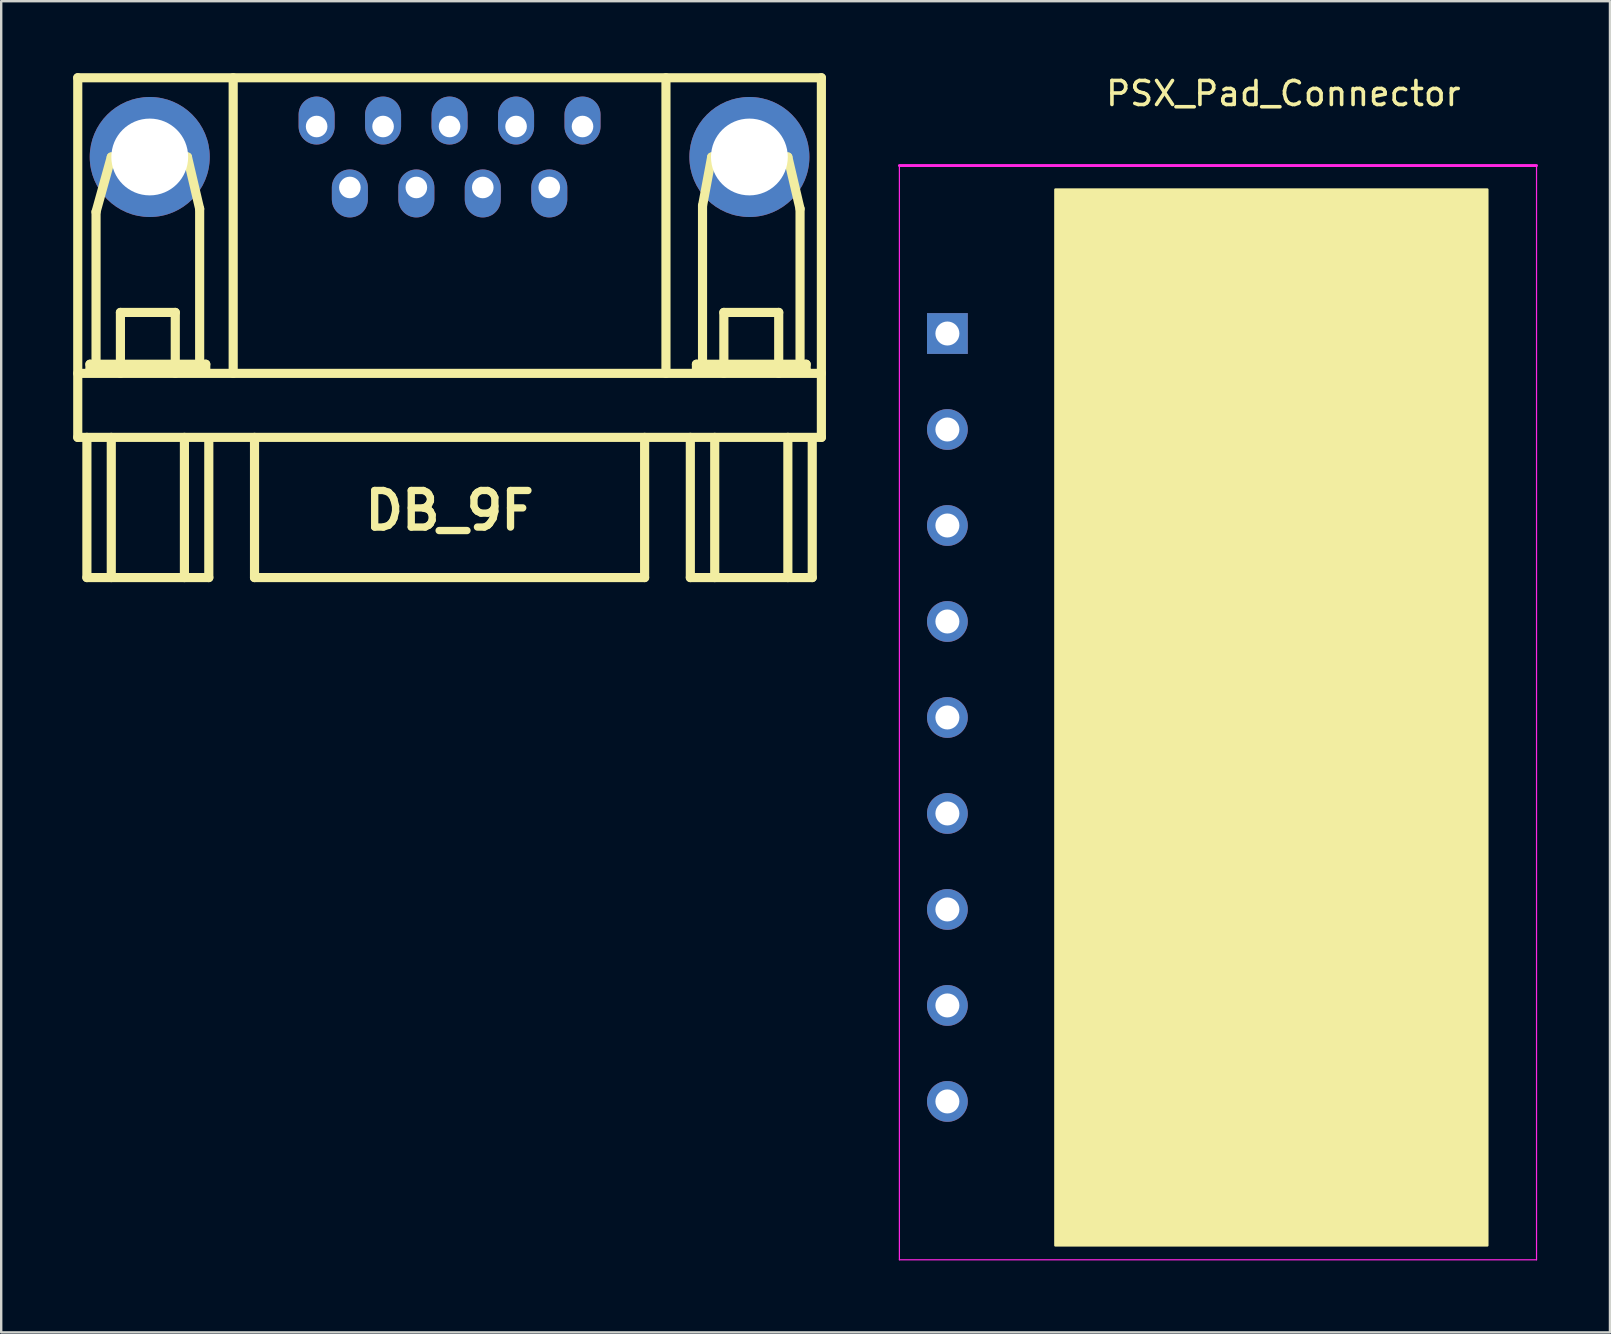
<source format=kicad_pcb>
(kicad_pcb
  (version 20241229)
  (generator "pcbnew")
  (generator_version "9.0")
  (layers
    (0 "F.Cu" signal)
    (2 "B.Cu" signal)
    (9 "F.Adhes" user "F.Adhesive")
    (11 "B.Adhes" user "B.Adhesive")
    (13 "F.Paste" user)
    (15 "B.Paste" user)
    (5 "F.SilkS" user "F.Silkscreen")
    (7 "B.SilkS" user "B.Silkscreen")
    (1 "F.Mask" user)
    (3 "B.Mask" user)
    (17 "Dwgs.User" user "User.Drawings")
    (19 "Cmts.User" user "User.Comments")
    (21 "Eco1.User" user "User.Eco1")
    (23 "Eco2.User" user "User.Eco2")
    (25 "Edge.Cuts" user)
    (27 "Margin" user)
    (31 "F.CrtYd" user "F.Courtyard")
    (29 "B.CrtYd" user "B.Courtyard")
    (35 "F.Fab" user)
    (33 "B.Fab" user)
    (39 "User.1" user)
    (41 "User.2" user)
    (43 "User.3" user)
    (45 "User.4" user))
  (footprint "PSX_Pad_Connector"
    (layer "F.Cu")
    (at 50.429 26.848)
    (property "Reference" "PSX_Pad_Connector" (at 0 -26 180) (layer "F.SilkS") (effects (font (size 1 1) (thickness 0.15))))
    (attr through_hole)
    (fp_poly (pts (xy -9.5 -22) (xy 8.5 -22) (xy 8.5 22) (xy -9.5 22)) (stroke (width 0.1) (type solid)) (fill yes) (layer "F.SilkS"))
    (fp_line (start -16 -23) (end -16 22.6) (stroke (width 0.05) (type solid)) (layer "F.CrtYd"))
    (fp_line (start -16 22.6) (end 10.55 22.6) (stroke (width 0.05) (type solid)) (layer "F.CrtYd"))
    (fp_line (start 10.55 -23) (end -16 -23) (stroke (width 0.12) (type solid)) (layer "F.CrtYd"))
    (fp_line (start 10.55 22.6) (end 10.55 -23) (stroke (width 0.05) (type solid)) (layer "F.CrtYd"))
    (pad "1" thru_hole rect (at -14 -16) (size 1.7 1.7) (drill 1) (layers "*.Cu" "*.Mask"))
    (pad "2" thru_hole oval (at -14 -12) (size 1.7 1.7) (drill 1) (layers "*.Cu" "*.Mask"))
    (pad "3" thru_hole oval (at -14 -8) (size 1.7 1.7) (drill 1) (layers "*.Cu" "*.Mask"))
    (pad "4" thru_hole oval (at -14 -4) (size 1.7 1.7) (drill 1) (layers "*.Cu" "*.Mask"))
    (pad "5" thru_hole oval (at -14 0) (size 1.7 1.7) (drill 1) (layers "*.Cu" "*.Mask"))
    (pad "6" thru_hole oval (at -14 4) (size 1.7 1.7) (drill 1) (layers "*.Cu" "*.Mask"))
    (pad "7" thru_hole oval (at -14 8) (size 1.7 1.7) (drill 1) (layers "*.Cu" "*.Mask"))
    (pad "8" thru_hole oval (at -14 12) (size 1.7 1.7) (drill 1) (layers "*.Cu" "*.Mask"))
    (pad "9" thru_hole oval (at -14 16) (size 1.7 1.7) (drill 1) (layers "*.Cu" "*.Mask")))
  (footprint "DB_9F"
    (layer "F.Cu")
    (at 15.684 10.604)
    (property "Reference" "DB_9F" (at 0 7.62 0) (layer "F.SilkS") (effects (font (size 1.524 1.524) (thickness 0.305))))
    (attr through_hole)
    (fp_line (start -15.494 -10.414) (end -15.494 4.572) (stroke (width 0.381) (type solid)) (layer "F.SilkS"))
    (fp_line (start -15.494 1.905) (end 15.494 1.905) (stroke (width 0.381) (type solid)) (layer "F.SilkS"))
    (fp_line (start -15.494 4.572) (end 15.494 4.572) (stroke (width 0.381) (type solid)) (layer "F.SilkS"))
    (fp_line (start -15.113 4.572) (end -15.113 10.414) (stroke (width 0.381) (type solid)) (layer "F.SilkS"))
    (fp_line (start -15.113 10.414) (end -10.033 10.414) (stroke (width 0.381) (type solid)) (layer "F.SilkS"))
    (fp_line (start -14.986 1.524) (end -14.986 1.778) (stroke (width 0.381) (type solid)) (layer "F.SilkS"))
    (fp_line (start -14.986 1.778) (end -10.16 1.778) (stroke (width 0.381) (type solid)) (layer "F.SilkS"))
    (fp_line (start -14.732 -4.826) (end -14.097 -7.112) (stroke (width 0.381) (type solid)) (layer "F.SilkS"))
    (fp_line (start -14.732 1.524) (end -14.732 -4.826) (stroke (width 0.381) (type solid)) (layer "F.SilkS"))
    (fp_line (start -14.097 -7.112) (end -10.922 -7.112) (stroke (width 0.381) (type solid)) (layer "F.SilkS"))
    (fp_line (start -14.097 4.572) (end -14.097 10.414) (stroke (width 0.381) (type solid)) (layer "F.SilkS"))
    (fp_line (start -13.716 -0.635) (end -11.43 -0.635) (stroke (width 0.381) (type solid)) (layer "F.SilkS"))
    (fp_line (start -13.716 1.905) (end -13.716 -0.635) (stroke (width 0.381) (type solid)) (layer "F.SilkS"))
    (fp_line (start -11.43 -0.635) (end -11.43 1.905) (stroke (width 0.381) (type solid)) (layer "F.SilkS"))
    (fp_line (start -11.049 4.572) (end -11.049 10.414) (stroke (width 0.381) (type solid)) (layer "F.SilkS"))
    (fp_line (start -10.922 -7.112) (end -10.414 -4.953) (stroke (width 0.381) (type solid)) (layer "F.SilkS"))
    (fp_line (start -10.414 -4.953) (end -10.414 1.524) (stroke (width 0.381) (type solid)) (layer "F.SilkS"))
    (fp_line (start -10.16 1.524) (end -14.986 1.524) (stroke (width 0.381) (type solid)) (layer "F.SilkS"))
    (fp_line (start -10.16 1.778) (end -10.16 1.524) (stroke (width 0.381) (type solid)) (layer "F.SilkS"))
    (fp_line (start -10.033 10.414) (end -10.033 4.699) (stroke (width 0.381) (type solid)) (layer "F.SilkS"))
    (fp_line (start -9.017 1.905) (end -9.017 -10.414) (stroke (width 0.381) (type solid)) (layer "F.SilkS"))
    (fp_line (start -8.128 4.572) (end -8.128 10.414) (stroke (width 0.381) (type solid)) (layer "F.SilkS"))
    (fp_line (start -8.128 10.414) (end 8.128 10.414) (stroke (width 0.381) (type solid)) (layer "F.SilkS"))
    (fp_line (start 8.128 10.414) (end 8.128 4.572) (stroke (width 0.381) (type solid)) (layer "F.SilkS"))
    (fp_line (start 9.017 1.905) (end 9.017 -10.414) (stroke (width 0.381) (type solid)) (layer "F.SilkS"))
    (fp_line (start 10.033 4.572) (end 10.033 10.414) (stroke (width 0.381) (type solid)) (layer "F.SilkS"))
    (fp_line (start 10.033 10.414) (end 15.113 10.414) (stroke (width 0.381) (type solid)) (layer "F.SilkS"))
    (fp_line (start 10.287 1.524) (end 10.287 1.778) (stroke (width 0.381) (type solid)) (layer "F.SilkS"))
    (fp_line (start 10.287 1.778) (end 14.859 1.778) (stroke (width 0.381) (type solid)) (layer "F.SilkS"))
    (fp_line (start 10.541 -5.08) (end 10.922 -7.112) (stroke (width 0.381) (type solid)) (layer "F.SilkS"))
    (fp_line (start 10.541 1.524) (end 10.541 -5.08) (stroke (width 0.381) (type solid)) (layer "F.SilkS"))
    (fp_line (start 10.922 -7.112) (end 14.097 -7.112) (stroke (width 0.381) (type solid)) (layer "F.SilkS"))
    (fp_line (start 11.049 4.572) (end 11.049 10.414) (stroke (width 0.381) (type solid)) (layer "F.SilkS"))
    (fp_line (start 11.43 -0.635) (end 13.716 -0.635) (stroke (width 0.381) (type solid)) (layer "F.SilkS"))
    (fp_line (start 11.43 1.905) (end 11.43 -0.635) (stroke (width 0.381) (type solid)) (layer "F.SilkS"))
    (fp_line (start 13.716 -0.635) (end 13.716 1.905) (stroke (width 0.381) (type solid)) (layer "F.SilkS"))
    (fp_line (start 14.097 -7.112) (end 14.605 -4.953) (stroke (width 0.381) (type solid)) (layer "F.SilkS"))
    (fp_line (start 14.097 4.572) (end 14.097 10.414) (stroke (width 0.381) (type solid)) (layer "F.SilkS"))
    (fp_line (start 14.605 -4.953) (end 14.605 1.524) (stroke (width 0.381) (type solid)) (layer "F.SilkS"))
    (fp_line (start 14.859 1.524) (end 10.287 1.524) (stroke (width 0.381) (type solid)) (layer "F.SilkS"))
    (fp_line (start 14.859 1.778) (end 14.859 1.524) (stroke (width 0.381) (type solid)) (layer "F.SilkS"))
    (fp_line (start 15.113 10.414) (end 15.113 4.699) (stroke (width 0.381) (type solid)) (layer "F.SilkS"))
    (fp_line (start 15.494 -10.414) (end -15.494 -10.414) (stroke (width 0.381) (type solid)) (layer "F.SilkS"))
    (fp_line (start 15.494 4.572) (end 15.494 -10.414) (stroke (width 0.381) (type solid)) (layer "F.SilkS"))
    (pad "0" thru_hole circle (at -12.494 -7.112) (size 5.001 5.001) (drill 3.2) (layers "*.Cu" "*.Mask"))
    (pad "0" thru_hole circle (at 12.494 -7.112) (size 5.001 5.001) (drill 3.2) (layers "*.Cu" "*.Mask"))
    (pad "1" thru_hole oval (at 5.54 -8.382) (size 1.501 1.999) (drill 0.899 (offset 0 -0.249)) (layers "*.Cu" "*.Mask"))
    (pad "2" thru_hole oval (at 2.771 -8.382) (size 1.501 1.999) (drill 0.899 (offset 0 -0.249)) (layers "*.Cu" "*.Mask"))
    (pad "3" thru_hole oval (at 0 -8.382) (size 1.501 1.999) (drill 0.899 (offset 0 -0.249)) (layers "*.Cu" "*.Mask"))
    (pad "4" thru_hole oval (at -2.771 -8.382) (size 1.501 1.999) (drill 0.899 (offset 0 -0.249)) (layers "*.Cu" "*.Mask"))
    (pad "5" thru_hole oval (at -5.54 -8.382) (size 1.501 1.999) (drill 0.899 (offset 0 -0.249)) (layers "*.Cu" "*.Mask"))
    (pad "6" thru_hole oval (at 4.155 -5.842) (size 1.501 1.999) (drill 0.899 (offset 0 0.249)) (layers "*.Cu" "*.Mask"))
    (pad "7" thru_hole oval (at 1.384 -5.842) (size 1.501 1.999) (drill 0.899 (offset 0 0.249)) (layers "*.Cu" "*.Mask"))
    (pad "8" thru_hole oval (at -1.384 -5.842) (size 1.501 1.999) (drill 0.899 (offset 0 0.249)) (layers "*.Cu" "*.Mask"))
    (pad "9" thru_hole oval (at -4.155 -5.842) (size 1.501 1.999) (drill 0.899 (offset 0 0.249)) (layers "*.Cu" "*.Mask")))
  (gr_rect
    (start -3 -3)
    (end 64.039 52.473)
    (stroke (width 0.1) (type default))
    (fill no)
    (layer "Edge.Cuts")))
</source>
